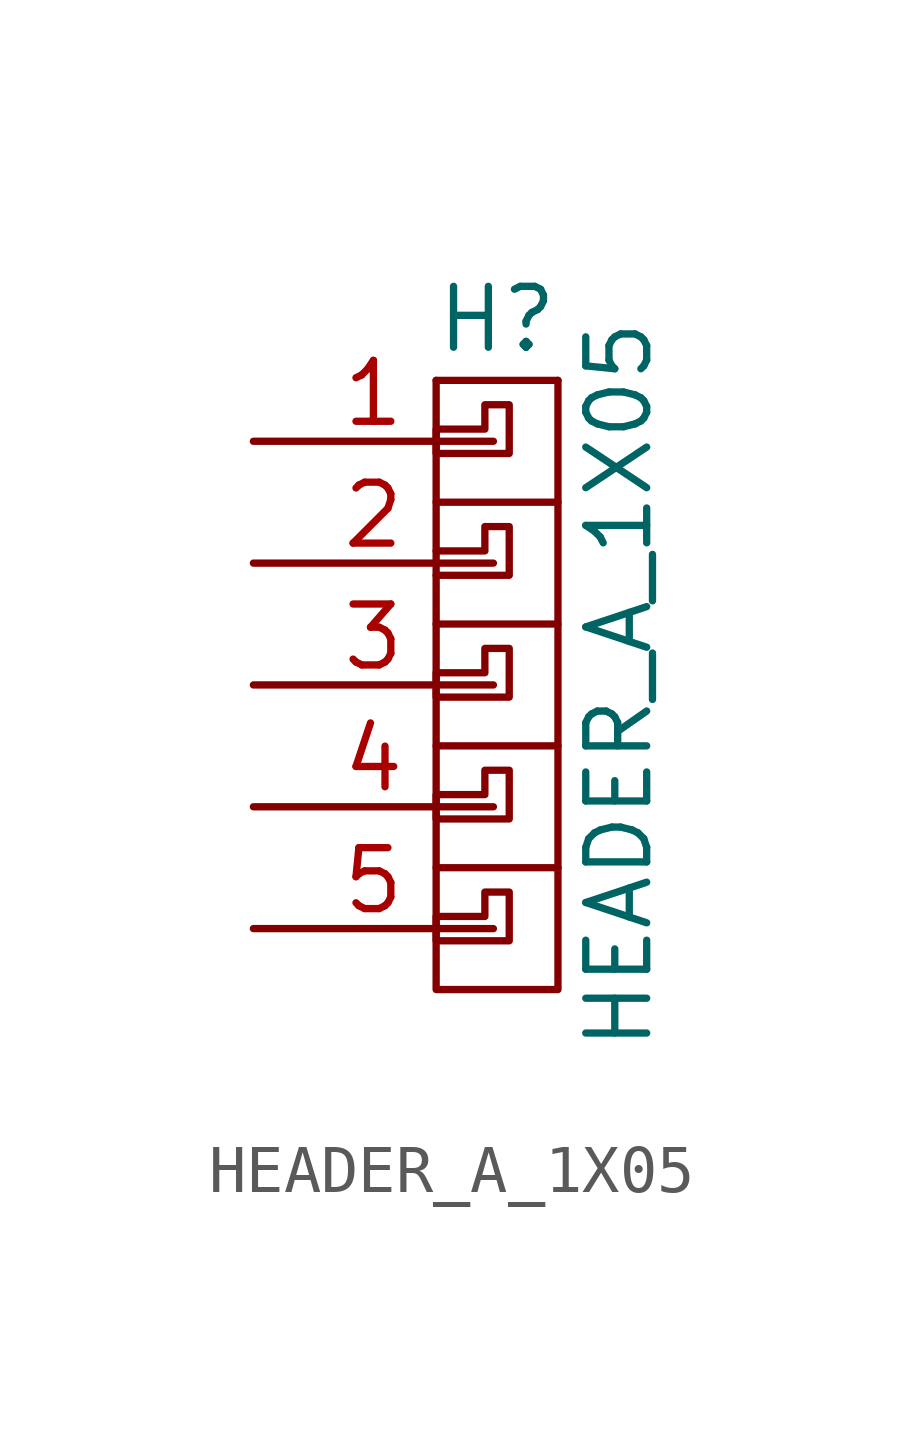
<source format=kicad_sym>
(kicad_symbol_lib
  (version 20220914)
  (generator kicad_symbol_editor)
  (symbol "HEADER_A_1X05"
    (pin_names
      (offset 1.016) hide)
    (property "Reference" "H"
      (at 0 7.62 0)
      (effects (font (size 1.27 1.27))))
    (property "Value" "HEADER_A_1X05"
      (at 2.54 0 90)
      (effects (font (size 1.27 1.27))))
    (symbol "HEADER_A_1X05_0_1"
      (polyline (pts (xy 1.27 6.35) (xy -1.27 6.35)) (stroke (width 0) (type solid)) (fill (type none)))
      (polyline (pts (xy -1.27 -3.81) (xy -1.27 -6.35) (xy 1.27 -6.35) (xy 1.27 -3.81)) (stroke (width 0) (type solid)) (fill (type none)))
      (polyline (pts (xy -1.27 -1.27) (xy -1.27 -3.81) (xy 1.27 -3.81) (xy 1.27 -1.27)) (stroke (width 0) (type solid)) (fill (type none)))
      (polyline (pts (xy -1.27 1.27) (xy -1.27 -1.27) (xy 1.27 -1.27) (xy 1.27 1.27)) (stroke (width 0) (type solid)) (fill (type none)))
      (polyline (pts (xy -1.27 3.81) (xy -1.27 1.27) (xy 1.27 1.27) (xy 1.27 3.81)) (stroke (width 0) (type solid)) (fill (type none)))
      (polyline (pts (xy -1.27 6.35) (xy -1.27 3.81) (xy 1.27 3.81) (xy 1.27 6.35)) (stroke (width 0) (type solid)) (fill (type none)))
      (polyline (pts (xy -1.27 2.794) (xy -0.254 2.794) (xy -0.254 3.302) (xy 0.254 3.302) (xy 0.254 2.286) (xy -1.27 2.286)) (stroke (width 0) (type solid)) (fill (type none)))
      (polyline (pts (xy -1.27 -5.334) (xy 0.254 -5.334) (xy 0.254 -4.318) (xy -0.254 -4.318) (xy -0.254 -4.826) (xy -1.27 -4.826) (xy -1.27 -5.334)) (stroke (width 0) (type solid)) (fill (type none)))
      (polyline (pts (xy -1.27 -0.254) (xy 0.254 -0.254) (xy 0.254 0.762) (xy -0.254 0.762) (xy -0.254 0.254) (xy -1.27 0.254) (xy -1.27 -0.254)) (stroke (width 0) (type solid)) (fill (type none)))
      (polyline (pts (xy -0.254 5.842) (xy 0.254 5.842) (xy 0.254 4.826) (xy -1.27 4.826) (xy -1.27 5.334) (xy -0.254 5.334) (xy -0.254 5.842)) (stroke (width 0) (type solid)) (fill (type none)))
      (polyline (pts (xy -1.27 -2.794) (xy 0.254 -2.794) (xy 0.254 -1.778) (xy 0 -1.778) (xy -0.254 -1.778) (xy -0.254 -2.286) (xy -1.27 -2.286) (xy -1.27 -2.794)) (stroke (width 0) (type solid)) (fill (type none))))
    (symbol "HEADER_A_1X05_1_1"
      (pin passive line (at -5.08 5.08 0) (length 5.004) (name "P1" (effects (font (size 1.27 1.27)))) (number "1" (effects (font (size 1.27 1.27)))))
      (pin passive line (at -5.08 2.54 0) (length 5.004) (name "P2" (effects (font (size 1.27 1.27)))) (number "2" (effects (font (size 1.27 1.27)))))
      (pin passive line (at -5.08 0 0) (length 5.004) (name "P3" (effects (font (size 1.27 1.27)))) (number "3" (effects (font (size 1.27 1.27)))))
      (pin passive line (at -5.08 -2.54 0) (length 5.004) (name "P4" (effects (font (size 1.27 1.27)))) (number "4" (effects (font (size 1.27 1.27)))))
      (pin passive line (at -5.08 -5.08 0) (length 5.004) (name "P5" (effects (font (size 1.27 1.27)))) (number "5" (effects (font (size 1.27 1.27))))))))
</source>
